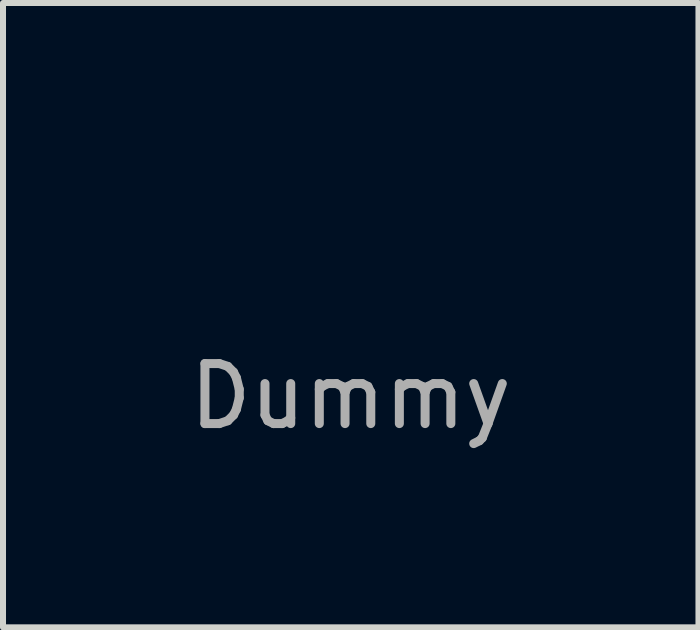
<source format=kicad_pcb>
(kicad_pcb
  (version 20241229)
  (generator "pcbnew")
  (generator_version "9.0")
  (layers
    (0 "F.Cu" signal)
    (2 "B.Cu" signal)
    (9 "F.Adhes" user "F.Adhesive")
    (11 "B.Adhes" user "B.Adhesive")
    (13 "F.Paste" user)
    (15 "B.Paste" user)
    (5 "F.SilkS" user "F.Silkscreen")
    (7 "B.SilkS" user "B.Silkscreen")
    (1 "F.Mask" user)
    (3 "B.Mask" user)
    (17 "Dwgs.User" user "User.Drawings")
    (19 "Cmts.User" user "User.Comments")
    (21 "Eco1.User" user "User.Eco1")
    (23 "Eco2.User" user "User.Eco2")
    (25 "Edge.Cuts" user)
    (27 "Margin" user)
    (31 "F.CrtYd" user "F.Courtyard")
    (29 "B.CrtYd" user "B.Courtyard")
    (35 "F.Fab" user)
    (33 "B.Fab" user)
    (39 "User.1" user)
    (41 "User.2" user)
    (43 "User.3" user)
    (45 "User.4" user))
  (footprint "Dummy"
    (layer "F.Cu")
    (at 2.792 1.05)
    (property "Reference" "Dummy" (at 0 2.5 0) (unlocked yes) (layer "F.SilkS") (effects (font (size 1 1) (thickness 0.1))))
    (attr smd)
    (fp_line (start -1 0) (end 1 0) (stroke (width 0.1) (type default)) (layer "User.1"))
    (fp_line (start 0 -1) (end 0 1) (stroke (width 0.1) (type default)) (layer "User.1"))
    (fp_text user "${REFERENCE}" (at 0 2.5 0) (unlocked yes) (layer "F.Fab") (effects (font (size 1 1) (thickness 0.15)))))
  (gr_rect
    (start -3 -3)
    (end 8.583 7.398)
    (stroke (width 0.1) (type default))
    (fill no)
    (layer "Edge.Cuts")))
</source>
